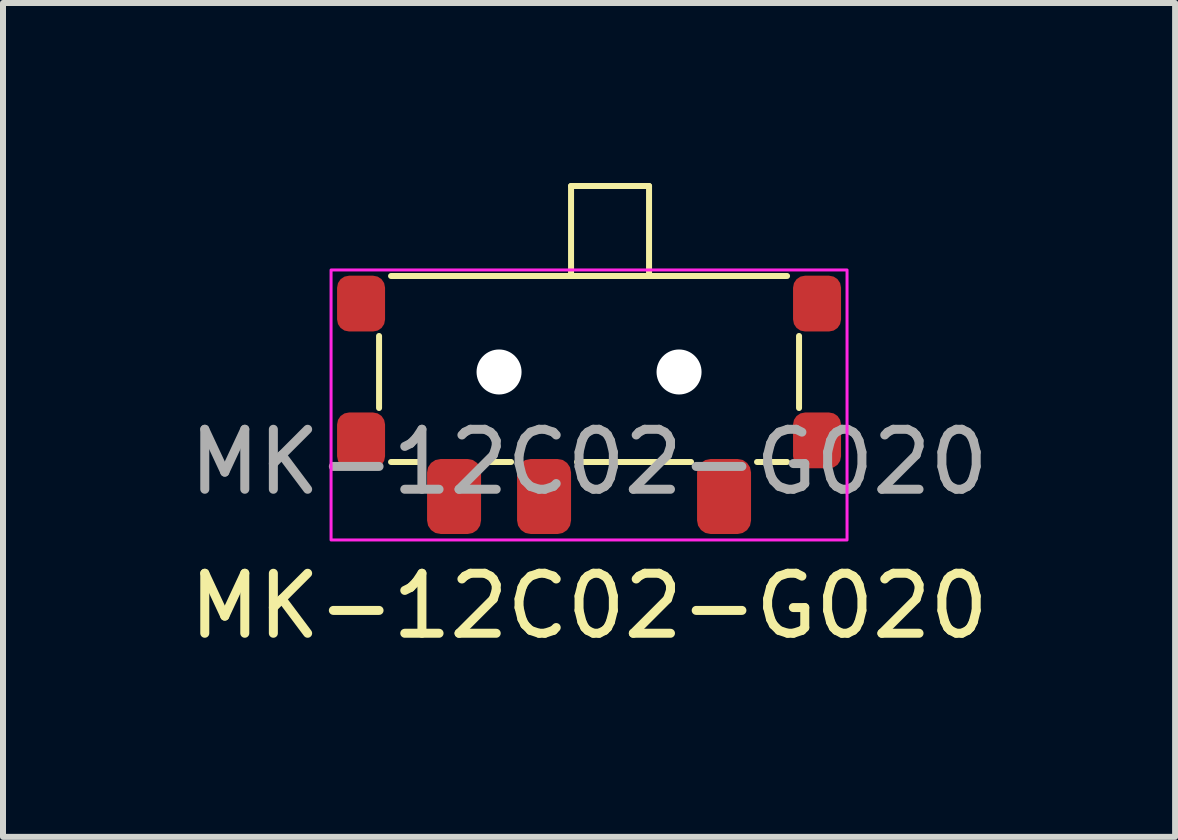
<source format=kicad_pcb>
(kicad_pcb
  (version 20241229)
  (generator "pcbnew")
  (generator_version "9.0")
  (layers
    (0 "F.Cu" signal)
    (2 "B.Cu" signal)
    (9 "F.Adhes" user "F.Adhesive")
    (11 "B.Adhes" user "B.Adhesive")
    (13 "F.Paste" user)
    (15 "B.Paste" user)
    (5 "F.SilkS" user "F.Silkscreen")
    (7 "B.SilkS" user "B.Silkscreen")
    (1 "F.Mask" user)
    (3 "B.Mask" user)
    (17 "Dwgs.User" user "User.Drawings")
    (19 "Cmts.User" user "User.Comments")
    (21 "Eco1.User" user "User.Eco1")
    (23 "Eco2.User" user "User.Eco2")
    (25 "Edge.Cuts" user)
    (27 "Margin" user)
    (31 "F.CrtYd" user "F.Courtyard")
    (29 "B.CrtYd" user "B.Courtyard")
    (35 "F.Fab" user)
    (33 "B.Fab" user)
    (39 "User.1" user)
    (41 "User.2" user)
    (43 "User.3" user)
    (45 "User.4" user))
  (footprint "MK-12C02-G020"
    (layer "F.Cu")
    (at 6.768 3.15)
    (property "Reference" "MK-12C02-G020" (at 0 3.9 0) (unlocked yes) (layer "F.SilkS") (effects (font (size 1 1) (thickness 0.15))))
    (attr smd)
    (fp_line (start -3.5 0.6) (end -3.5 -0.6) (stroke (width 0.1) (type default)) (layer "F.SilkS"))
    (fp_line (start -3.3 -1.6) (end 3.3 -1.6) (stroke (width 0.1) (type default)) (layer "F.SilkS"))
    (fp_line (start -3.3 1.5) (end -2.8 1.5) (stroke (width 0.1) (type default)) (layer "F.SilkS"))
    (fp_line (start -1.7 1.5) (end -1.3 1.5) (stroke (width 0.1) (type default)) (layer "F.SilkS"))
    (fp_line (start -0.3 -3.1) (end -0.3 -1.6) (stroke (width 0.1) (type default)) (layer "F.SilkS"))
    (fp_line (start -0.2 1.5) (end 1.7 1.5) (stroke (width 0.1) (type default)) (layer "F.SilkS"))
    (fp_line (start 1 -3.1) (end -0.3 -3.1) (stroke (width 0.1) (type default)) (layer "F.SilkS"))
    (fp_line (start 1 -1.6) (end 1 -3.1) (stroke (width 0.1) (type default)) (layer "F.SilkS"))
    (fp_line (start 2.8 1.5) (end 3.3 1.5) (stroke (width 0.1) (type default)) (layer "F.SilkS"))
    (fp_line (start 3.5 -0.6) (end 3.5 0.6) (stroke (width 0.1) (type default)) (layer "F.SilkS"))
    (fp_rect (start -4.3 -1.7) (end 4.3 2.8) (stroke (width 0.05) (type default)) (fill no) (layer "F.CrtYd"))
    (fp_text user "${REFERENCE}" (at 0 1.5 0) (unlocked yes) (layer "F.Fab") (effects (font (size 1 1) (thickness 0.15))))
    (pad "" np_thru_hole circle (at -1.5 0) (size 0.75 0.75) (drill 0.75) (layers "*.Cu" "*.Mask"))
    (pad "" np_thru_hole circle (at 1.5 0) (size 0.75 0.75) (drill 0.75) (layers "*.Cu" "*.Mask"))
    (pad "1" smd roundrect (at -2.25 2.075) (size 0.9 1.25) (layers "F.Cu" "F.Mask" "F.Paste") (roundrect_rratio 0.25))
    (pad "2" smd roundrect (at -0.75 2.075) (size 0.9 1.25) (layers "F.Cu" "F.Mask" "F.Paste") (roundrect_rratio 0.25))
    (pad "3" smd roundrect (at 2.25 2.075) (size 0.9 1.25) (layers "F.Cu" "F.Mask" "F.Paste") (roundrect_rratio 0.25))
    (pad "MP" smd roundrect (at -3.8 -1.14) (size 0.8 0.93) (layers "F.Cu" "F.Mask" "F.Paste") (roundrect_rratio 0.25))
    (pad "MP" smd roundrect (at -3.8 1.14) (size 0.8 0.93) (layers "F.Cu" "F.Mask" "F.Paste") (roundrect_rratio 0.25))
    (pad "MP" smd roundrect (at 3.8 -1.14) (size 0.8 0.93) (layers "F.Cu" "F.Mask" "F.Paste") (roundrect_rratio 0.25))
    (pad "MP" smd roundrect (at 3.8 1.14) (size 0.8 0.93) (layers "F.Cu" "F.Mask" "F.Paste") (roundrect_rratio 0.25)))
  (gr_rect
    (start -3 -3)
    (end 16.536 10.898)
    (stroke (width 0.1) (type default))
    (fill no)
    (layer "Edge.Cuts")))
</source>
